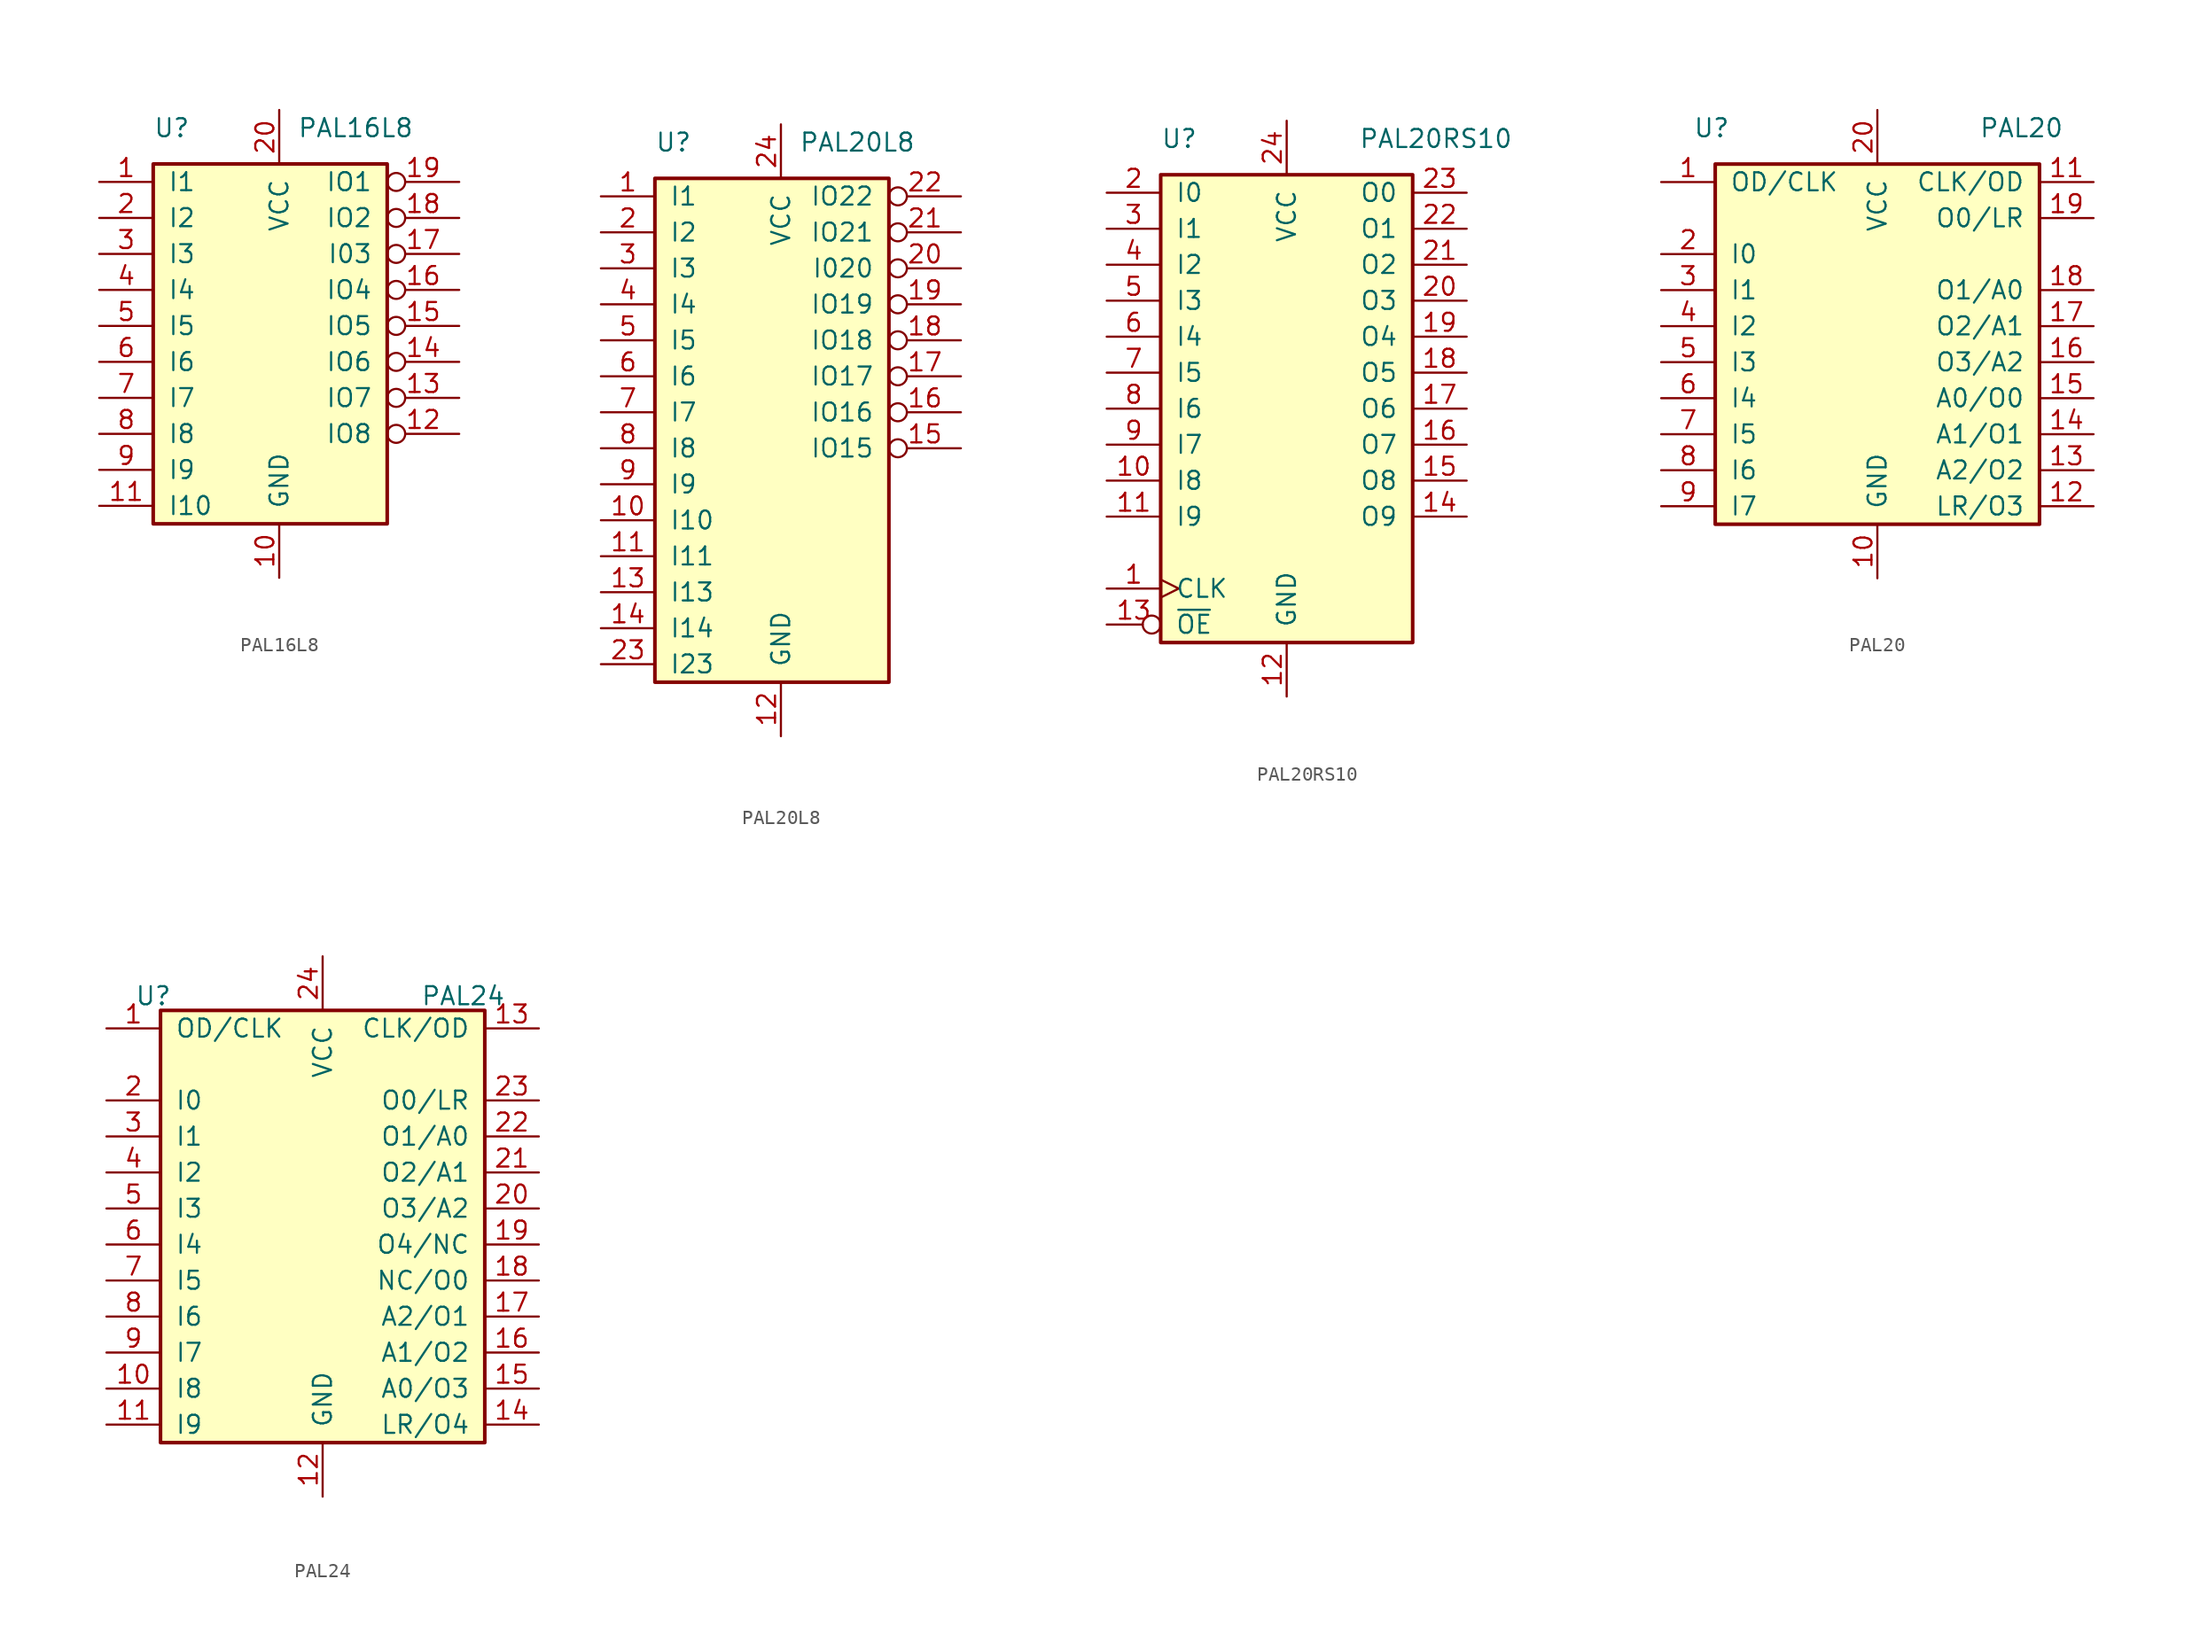
<source format=kicad_sym>
(kicad_symbol_lib
  (version 20201005)
  (generator kicad_symbol_editor)
  (symbol "Logic_Programmable:PAL16L8"
    (pin_names
      (offset 1.016))
    (property "Reference" "U"
      (at -8.89 16.51 0)
      (effects (font (size 1.27 1.27)) (justify left)))
    (property "Value" "PAL16L8"
      (at 1.27 16.51 0)
      (effects (font (size 1.27 1.27)) (justify left)))
    (symbol "PAL16L8_0_0"
      (pin power_in line (at 0 -15.24 90) (length 3.81) (name "GND" (effects (font (size 1.27 1.27)))) (number "10" (effects (font (size 1.27 1.27)))))
      (pin power_in line (at 0 17.78 270) (length 3.81) (name "VCC" (effects (font (size 1.27 1.27)))) (number "20" (effects (font (size 1.27 1.27))))))
    (symbol "PAL16L8_0_1"
      (rectangle (start -8.89 13.97) (end 7.62 -11.43) (stroke (width 0.254)) (fill (type background))))
    (symbol "PAL16L8_1_1"
      (pin input line (at -12.7 12.7 0) (length 3.81) (name "I1" (effects (font (size 1.27 1.27)))) (number "1" (effects (font (size 1.27 1.27)))))
      (pin input line (at -12.7 10.16 0) (length 3.81) (name "I2" (effects (font (size 1.27 1.27)))) (number "2" (effects (font (size 1.27 1.27)))))
      (pin input line (at -12.7 7.62 0) (length 3.81) (name "I3" (effects (font (size 1.27 1.27)))) (number "3" (effects (font (size 1.27 1.27)))))
      (pin input line (at -12.7 5.08 0) (length 3.81) (name "I4" (effects (font (size 1.27 1.27)))) (number "4" (effects (font (size 1.27 1.27)))))
      (pin input line (at -12.7 2.54 0) (length 3.81) (name "I5" (effects (font (size 1.27 1.27)))) (number "5" (effects (font (size 1.27 1.27)))))
      (pin input line (at -12.7 0 0) (length 3.81) (name "I6" (effects (font (size 1.27 1.27)))) (number "6" (effects (font (size 1.27 1.27)))))
      (pin input line (at -12.7 -2.54 0) (length 3.81) (name "I7" (effects (font (size 1.27 1.27)))) (number "7" (effects (font (size 1.27 1.27)))))
      (pin input line (at -12.7 -5.08 0) (length 3.81) (name "I8" (effects (font (size 1.27 1.27)))) (number "8" (effects (font (size 1.27 1.27)))))
      (pin input line (at -12.7 -7.62 0) (length 3.81) (name "I9" (effects (font (size 1.27 1.27)))) (number "9" (effects (font (size 1.27 1.27)))))
      (pin input line (at -12.7 -10.16 0) (length 3.81) (name "I10" (effects (font (size 1.27 1.27)))) (number "11" (effects (font (size 1.27 1.27)))))
      (pin tri_state inverted (at 12.7 -5.08 180) (length 5.08) (name "IO8" (effects (font (size 1.27 1.27)))) (number "12" (effects (font (size 1.27 1.27)))))
      (pin tri_state inverted (at 12.7 -2.54 180) (length 5.08) (name "IO7" (effects (font (size 1.27 1.27)))) (number "13" (effects (font (size 1.27 1.27)))))
      (pin tri_state inverted (at 12.7 0 180) (length 5.08) (name "IO6" (effects (font (size 1.27 1.27)))) (number "14" (effects (font (size 1.27 1.27)))))
      (pin tri_state inverted (at 12.7 2.54 180) (length 5.08) (name "IO5" (effects (font (size 1.27 1.27)))) (number "15" (effects (font (size 1.27 1.27)))))
      (pin tri_state inverted (at 12.7 5.08 180) (length 5.08) (name "IO4" (effects (font (size 1.27 1.27)))) (number "16" (effects (font (size 1.27 1.27)))))
      (pin tri_state inverted (at 12.7 7.62 180) (length 5.08) (name "I03" (effects (font (size 1.27 1.27)))) (number "17" (effects (font (size 1.27 1.27)))))
      (pin tri_state inverted (at 12.7 10.16 180) (length 5.08) (name "IO2" (effects (font (size 1.27 1.27)))) (number "18" (effects (font (size 1.27 1.27)))))
      (pin tri_state inverted (at 12.7 12.7 180) (length 5.08) (name "IO1" (effects (font (size 1.27 1.27)))) (number "19" (effects (font (size 1.27 1.27)))))))
  (symbol "Logic_Programmable:PAL20L8"
    (pin_names
      (offset 1.016))
    (property "Reference" "U"
      (at -8.89 21.59 0)
      (effects (font (size 1.27 1.27)) (justify left)))
    (property "Value" "PAL20L8"
      (at 1.27 21.59 0)
      (effects (font (size 1.27 1.27)) (justify left)))
    (symbol "PAL20L8_0_0"
      (pin power_in line (at 0 -20.32 90) (length 3.81) (name "GND" (effects (font (size 1.27 1.27)))) (number "12" (effects (font (size 1.27 1.27)))))
      (pin power_in line (at 0 22.86 270) (length 3.81) (name "VCC" (effects (font (size 1.27 1.27)))) (number "24" (effects (font (size 1.27 1.27))))))
    (symbol "PAL20L8_0_1"
      (rectangle (start -8.89 19.05) (end 7.62 -16.51) (stroke (width 0.254)) (fill (type background))))
    (symbol "PAL20L8_1_1"
      (pin input line (at -12.7 17.78 0) (length 3.81) (name "I1" (effects (font (size 1.27 1.27)))) (number "1" (effects (font (size 1.27 1.27)))))
      (pin input line (at -12.7 15.24 0) (length 3.81) (name "I2" (effects (font (size 1.27 1.27)))) (number "2" (effects (font (size 1.27 1.27)))))
      (pin input line (at -12.7 12.7 0) (length 3.81) (name "I3" (effects (font (size 1.27 1.27)))) (number "3" (effects (font (size 1.27 1.27)))))
      (pin input line (at -12.7 10.16 0) (length 3.81) (name "I4" (effects (font (size 1.27 1.27)))) (number "4" (effects (font (size 1.27 1.27)))))
      (pin input line (at -12.7 7.62 0) (length 3.81) (name "I5" (effects (font (size 1.27 1.27)))) (number "5" (effects (font (size 1.27 1.27)))))
      (pin input line (at -12.7 5.08 0) (length 3.81) (name "I6" (effects (font (size 1.27 1.27)))) (number "6" (effects (font (size 1.27 1.27)))))
      (pin input line (at -12.7 2.54 0) (length 3.81) (name "I7" (effects (font (size 1.27 1.27)))) (number "7" (effects (font (size 1.27 1.27)))))
      (pin input line (at -12.7 0 0) (length 3.81) (name "I8" (effects (font (size 1.27 1.27)))) (number "8" (effects (font (size 1.27 1.27)))))
      (pin input line (at -12.7 -2.54 0) (length 3.81) (name "I9" (effects (font (size 1.27 1.27)))) (number "9" (effects (font (size 1.27 1.27)))))
      (pin input line (at -12.7 -5.08 0) (length 3.81) (name "I10" (effects (font (size 1.27 1.27)))) (number "10" (effects (font (size 1.27 1.27)))))
      (pin tri_state inverted (at 12.7 12.7 180) (length 5.08) (name "I020" (effects (font (size 1.27 1.27)))) (number "20" (effects (font (size 1.27 1.27)))))
      (pin input line (at -12.7 -7.62 0) (length 3.81) (name "I11" (effects (font (size 1.27 1.27)))) (number "11" (effects (font (size 1.27 1.27)))))
      (pin tri_state inverted (at 12.7 15.24 180) (length 5.08) (name "IO21" (effects (font (size 1.27 1.27)))) (number "21" (effects (font (size 1.27 1.27)))))
      (pin tri_state inverted (at 12.7 17.78 180) (length 5.08) (name "IO22" (effects (font (size 1.27 1.27)))) (number "22" (effects (font (size 1.27 1.27)))))
      (pin input line (at -12.7 -10.16 0) (length 3.81) (name "I13" (effects (font (size 1.27 1.27)))) (number "13" (effects (font (size 1.27 1.27)))))
      (pin input line (at -12.7 -15.24 0) (length 3.81) (name "I23" (effects (font (size 1.27 1.27)))) (number "23" (effects (font (size 1.27 1.27)))))
      (pin input line (at -12.7 -12.7 0) (length 3.81) (name "I14" (effects (font (size 1.27 1.27)))) (number "14" (effects (font (size 1.27 1.27)))))
      (pin tri_state inverted (at 12.7 0 180) (length 5.08) (name "IO15" (effects (font (size 1.27 1.27)))) (number "15" (effects (font (size 1.27 1.27)))))
      (pin tri_state inverted (at 12.7 2.54 180) (length 5.08) (name "IO16" (effects (font (size 1.27 1.27)))) (number "16" (effects (font (size 1.27 1.27)))))
      (pin tri_state inverted (at 12.7 5.08 180) (length 5.08) (name "IO17" (effects (font (size 1.27 1.27)))) (number "17" (effects (font (size 1.27 1.27)))))
      (pin tri_state inverted (at 12.7 7.62 180) (length 5.08) (name "IO18" (effects (font (size 1.27 1.27)))) (number "18" (effects (font (size 1.27 1.27)))))
      (pin tri_state inverted (at 12.7 10.16 180) (length 5.08) (name "IO19" (effects (font (size 1.27 1.27)))) (number "19" (effects (font (size 1.27 1.27)))))))
  (symbol "Logic_Programmable:PAL20RS10"
    (pin_names
      (offset 1.016))
    (property "Reference" "U"
      (at -8.89 19.05 0)
      (effects (font (size 1.27 1.27)) (justify left)))
    (property "Value" "PAL20RS10"
      (at 5.08 19.05 0)
      (effects (font (size 1.27 1.27)) (justify left)))
    (symbol "PAL20RS10_0_1"
      (rectangle (start -8.89 -16.51) (end 8.89 16.51) (stroke (width 0.254)) (fill (type background))))
    (symbol "PAL20RS10_1_1"
      (pin input clock (at -12.7 -12.7 0) (length 3.81) (name "CLK" (effects (font (size 1.27 1.27)))) (number "1" (effects (font (size 1.27 1.27)))))
      (pin input line (at -12.7 15.24 0) (length 3.81) (name "I0" (effects (font (size 1.27 1.27)))) (number "2" (effects (font (size 1.27 1.27)))))
      (pin input line (at -12.7 12.7 0) (length 3.81) (name "I1" (effects (font (size 1.27 1.27)))) (number "3" (effects (font (size 1.27 1.27)))))
      (pin input line (at -12.7 10.16 0) (length 3.81) (name "I2" (effects (font (size 1.27 1.27)))) (number "4" (effects (font (size 1.27 1.27)))))
      (pin input line (at -12.7 7.62 0) (length 3.81) (name "I3" (effects (font (size 1.27 1.27)))) (number "5" (effects (font (size 1.27 1.27)))))
      (pin input line (at -12.7 5.08 0) (length 3.81) (name "I4" (effects (font (size 1.27 1.27)))) (number "6" (effects (font (size 1.27 1.27)))))
      (pin input line (at -12.7 2.54 0) (length 3.81) (name "I5" (effects (font (size 1.27 1.27)))) (number "7" (effects (font (size 1.27 1.27)))))
      (pin input line (at -12.7 0 0) (length 3.81) (name "I6" (effects (font (size 1.27 1.27)))) (number "8" (effects (font (size 1.27 1.27)))))
      (pin input line (at -12.7 -2.54 0) (length 3.81) (name "I7" (effects (font (size 1.27 1.27)))) (number "9" (effects (font (size 1.27 1.27)))))
      (pin input line (at -12.7 -5.08 0) (length 3.81) (name "I8" (effects (font (size 1.27 1.27)))) (number "10" (effects (font (size 1.27 1.27)))))
      (pin output line (at 12.7 7.62 180) (length 3.81) (name "O3" (effects (font (size 1.27 1.27)))) (number "20" (effects (font (size 1.27 1.27)))))
      (pin input line (at -12.7 -7.62 0) (length 3.81) (name "I9" (effects (font (size 1.27 1.27)))) (number "11" (effects (font (size 1.27 1.27)))))
      (pin output line (at 12.7 10.16 180) (length 3.81) (name "O2" (effects (font (size 1.27 1.27)))) (number "21" (effects (font (size 1.27 1.27)))))
      (pin power_in line (at 0 -20.32 90) (length 3.81) (name "GND" (effects (font (size 1.27 1.27)))) (number "12" (effects (font (size 1.27 1.27)))))
      (pin output line (at 12.7 12.7 180) (length 3.81) (name "O1" (effects (font (size 1.27 1.27)))) (number "22" (effects (font (size 1.27 1.27)))))
      (pin input inverted (at -12.7 -15.24 0) (length 3.81) (name "~OE~" (effects (font (size 1.27 1.27)))) (number "13" (effects (font (size 1.27 1.27)))))
      (pin output line (at 12.7 15.24 180) (length 3.81) (name "O0" (effects (font (size 1.27 1.27)))) (number "23" (effects (font (size 1.27 1.27)))))
      (pin output line (at 12.7 -7.62 180) (length 3.81) (name "O9" (effects (font (size 1.27 1.27)))) (number "14" (effects (font (size 1.27 1.27)))))
      (pin power_in line (at 0 20.32 270) (length 3.81) (name "VCC" (effects (font (size 1.27 1.27)))) (number "24" (effects (font (size 1.27 1.27)))))
      (pin output line (at 12.7 -5.08 180) (length 3.81) (name "O8" (effects (font (size 1.27 1.27)))) (number "15" (effects (font (size 1.27 1.27)))))
      (pin output line (at 12.7 -2.54 180) (length 3.81) (name "O7" (effects (font (size 1.27 1.27)))) (number "16" (effects (font (size 1.27 1.27)))))
      (pin output line (at 12.7 0 180) (length 3.81) (name "O6" (effects (font (size 1.27 1.27)))) (number "17" (effects (font (size 1.27 1.27)))))
      (pin output line (at 12.7 2.54 180) (length 3.81) (name "O5" (effects (font (size 1.27 1.27)))) (number "18" (effects (font (size 1.27 1.27)))))
      (pin output line (at 12.7 5.08 180) (length 3.81) (name "O4" (effects (font (size 1.27 1.27)))) (number "19" (effects (font (size 1.27 1.27)))))))
  (symbol "Logic_Programmable:PAL20"
    (pin_names
      (offset 1.016))
    (property "Reference" "U"
      (at -11.684 16.51 0)
      (effects (font (size 1.27 1.27))))
    (property "Value" "PAL20"
      (at 10.16 16.51 0)
      (effects (font (size 1.27 1.27))))
    (symbol "PAL20_0_1"
      (rectangle (start -11.43 -11.43) (end 11.43 13.97) (stroke (width 0.254)) (fill (type background))))
    (symbol "PAL20_1_1"
      (pin passive line (at -15.24 12.7 0) (length 3.81) (name "OD/CLK" (effects (font (size 1.27 1.27)))) (number "1" (effects (font (size 1.27 1.27)))))
      (pin passive line (at -15.24 7.62 0) (length 3.81) (name "I0" (effects (font (size 1.27 1.27)))) (number "2" (effects (font (size 1.27 1.27)))))
      (pin passive line (at -15.24 5.08 0) (length 3.81) (name "I1" (effects (font (size 1.27 1.27)))) (number "3" (effects (font (size 1.27 1.27)))))
      (pin passive line (at -15.24 2.54 0) (length 3.81) (name "I2" (effects (font (size 1.27 1.27)))) (number "4" (effects (font (size 1.27 1.27)))))
      (pin passive line (at -15.24 0 0) (length 3.81) (name "I3" (effects (font (size 1.27 1.27)))) (number "5" (effects (font (size 1.27 1.27)))))
      (pin passive line (at -15.24 -2.54 0) (length 3.81) (name "I4" (effects (font (size 1.27 1.27)))) (number "6" (effects (font (size 1.27 1.27)))))
      (pin passive line (at -15.24 -5.08 0) (length 3.81) (name "I5" (effects (font (size 1.27 1.27)))) (number "7" (effects (font (size 1.27 1.27)))))
      (pin passive line (at -15.24 -7.62 0) (length 3.81) (name "I6" (effects (font (size 1.27 1.27)))) (number "8" (effects (font (size 1.27 1.27)))))
      (pin passive line (at -15.24 -10.16 0) (length 3.81) (name "I7" (effects (font (size 1.27 1.27)))) (number "9" (effects (font (size 1.27 1.27)))))
      (pin passive line (at 0 -15.24 90) (length 3.81) (name "GND" (effects (font (size 1.27 1.27)))) (number "10" (effects (font (size 1.27 1.27)))))
      (pin passive line (at 0 17.78 270) (length 3.81) (name "VCC" (effects (font (size 1.27 1.27)))) (number "20" (effects (font (size 1.27 1.27)))))
      (pin passive line (at 15.24 12.7 180) (length 3.81) (name "CLK/OD" (effects (font (size 1.27 1.27)))) (number "11" (effects (font (size 1.27 1.27)))))
      (pin passive line (at 15.24 -10.16 180) (length 3.81) (name "LR/O3" (effects (font (size 1.27 1.27)))) (number "12" (effects (font (size 1.27 1.27)))))
      (pin passive line (at 15.24 -7.62 180) (length 3.81) (name "A2/O2" (effects (font (size 1.27 1.27)))) (number "13" (effects (font (size 1.27 1.27)))))
      (pin passive line (at 15.24 -5.08 180) (length 3.81) (name "A1/O1" (effects (font (size 1.27 1.27)))) (number "14" (effects (font (size 1.27 1.27)))))
      (pin passive line (at 15.24 -2.54 180) (length 3.81) (name "A0/O0" (effects (font (size 1.27 1.27)))) (number "15" (effects (font (size 1.27 1.27)))))
      (pin passive line (at 15.24 0 180) (length 3.81) (name "O3/A2" (effects (font (size 1.27 1.27)))) (number "16" (effects (font (size 1.27 1.27)))))
      (pin passive line (at 15.24 2.54 180) (length 3.81) (name "O2/A1" (effects (font (size 1.27 1.27)))) (number "17" (effects (font (size 1.27 1.27)))))
      (pin passive line (at 15.24 5.08 180) (length 3.81) (name "O1/A0" (effects (font (size 1.27 1.27)))) (number "18" (effects (font (size 1.27 1.27)))))
      (pin passive line (at 15.24 10.16 180) (length 3.81) (name "O0/LR" (effects (font (size 1.27 1.27)))) (number "19" (effects (font (size 1.27 1.27)))))))
  (symbol "Logic_Programmable:PAL24"
    (pin_names
      (offset 1.016))
    (property "Reference" "U"
      (at -11.938 17.526 0)
      (effects (font (size 1.27 1.27))))
    (property "Value" "PAL24"
      (at 9.906 17.526 0)
      (effects (font (size 1.27 1.27))))
    (symbol "PAL24_0_1"
      (rectangle (start -11.43 -13.97) (end 11.43 16.51) (stroke (width 0.254)) (fill (type background))))
    (symbol "PAL24_1_1"
      (pin passive line (at -15.24 15.24 0) (length 3.81) (name "OD/CLK" (effects (font (size 1.27 1.27)))) (number "1" (effects (font (size 1.27 1.27)))))
      (pin passive line (at -15.24 10.16 0) (length 3.81) (name "I0" (effects (font (size 1.27 1.27)))) (number "2" (effects (font (size 1.27 1.27)))))
      (pin passive line (at -15.24 7.62 0) (length 3.81) (name "I1" (effects (font (size 1.27 1.27)))) (number "3" (effects (font (size 1.27 1.27)))))
      (pin passive line (at -15.24 5.08 0) (length 3.81) (name "I2" (effects (font (size 1.27 1.27)))) (number "4" (effects (font (size 1.27 1.27)))))
      (pin passive line (at -15.24 2.54 0) (length 3.81) (name "I3" (effects (font (size 1.27 1.27)))) (number "5" (effects (font (size 1.27 1.27)))))
      (pin passive line (at -15.24 0 0) (length 3.81) (name "I4" (effects (font (size 1.27 1.27)))) (number "6" (effects (font (size 1.27 1.27)))))
      (pin passive line (at -15.24 -2.54 0) (length 3.81) (name "I5" (effects (font (size 1.27 1.27)))) (number "7" (effects (font (size 1.27 1.27)))))
      (pin passive line (at -15.24 -5.08 0) (length 3.81) (name "I6" (effects (font (size 1.27 1.27)))) (number "8" (effects (font (size 1.27 1.27)))))
      (pin passive line (at -15.24 -7.62 0) (length 3.81) (name "I7" (effects (font (size 1.27 1.27)))) (number "9" (effects (font (size 1.27 1.27)))))
      (pin passive line (at -15.24 -10.16 0) (length 3.81) (name "I8" (effects (font (size 1.27 1.27)))) (number "10" (effects (font (size 1.27 1.27)))))
      (pin passive line (at 15.24 2.54 180) (length 3.81) (name "O3/A2" (effects (font (size 1.27 1.27)))) (number "20" (effects (font (size 1.27 1.27)))))
      (pin passive line (at -15.24 -12.7 0) (length 3.81) (name "I9" (effects (font (size 1.27 1.27)))) (number "11" (effects (font (size 1.27 1.27)))))
      (pin passive line (at 15.24 5.08 180) (length 3.81) (name "O2/A1" (effects (font (size 1.27 1.27)))) (number "21" (effects (font (size 1.27 1.27)))))
      (pin passive line (at 0 -17.78 90) (length 3.81) (name "GND" (effects (font (size 1.27 1.27)))) (number "12" (effects (font (size 1.27 1.27)))))
      (pin passive line (at 15.24 7.62 180) (length 3.81) (name "O1/A0" (effects (font (size 1.27 1.27)))) (number "22" (effects (font (size 1.27 1.27)))))
      (pin passive line (at 15.24 15.24 180) (length 3.81) (name "CLK/OD" (effects (font (size 1.27 1.27)))) (number "13" (effects (font (size 1.27 1.27)))))
      (pin passive line (at 15.24 10.16 180) (length 3.81) (name "O0/LR" (effects (font (size 1.27 1.27)))) (number "23" (effects (font (size 1.27 1.27)))))
      (pin passive line (at 15.24 -12.7 180) (length 3.81) (name "LR/O4" (effects (font (size 1.27 1.27)))) (number "14" (effects (font (size 1.27 1.27)))))
      (pin passive line (at 0 20.32 270) (length 3.81) (name "VCC" (effects (font (size 1.27 1.27)))) (number "24" (effects (font (size 1.27 1.27)))))
      (pin passive line (at 15.24 -10.16 180) (length 3.81) (name "A0/O3" (effects (font (size 1.27 1.27)))) (number "15" (effects (font (size 1.27 1.27)))))
      (pin passive line (at 15.24 -7.62 180) (length 3.81) (name "A1/O2" (effects (font (size 1.27 1.27)))) (number "16" (effects (font (size 1.27 1.27)))))
      (pin passive line (at 15.24 -5.08 180) (length 3.81) (name "A2/O1" (effects (font (size 1.27 1.27)))) (number "17" (effects (font (size 1.27 1.27)))))
      (pin passive line (at 15.24 -2.54 180) (length 3.81) (name "NC/O0" (effects (font (size 1.27 1.27)))) (number "18" (effects (font (size 1.27 1.27)))))
      (pin passive line (at 15.24 0 180) (length 3.81) (name "O4/NC" (effects (font (size 1.27 1.27)))) (number "19" (effects (font (size 1.27 1.27))))))))
</source>
